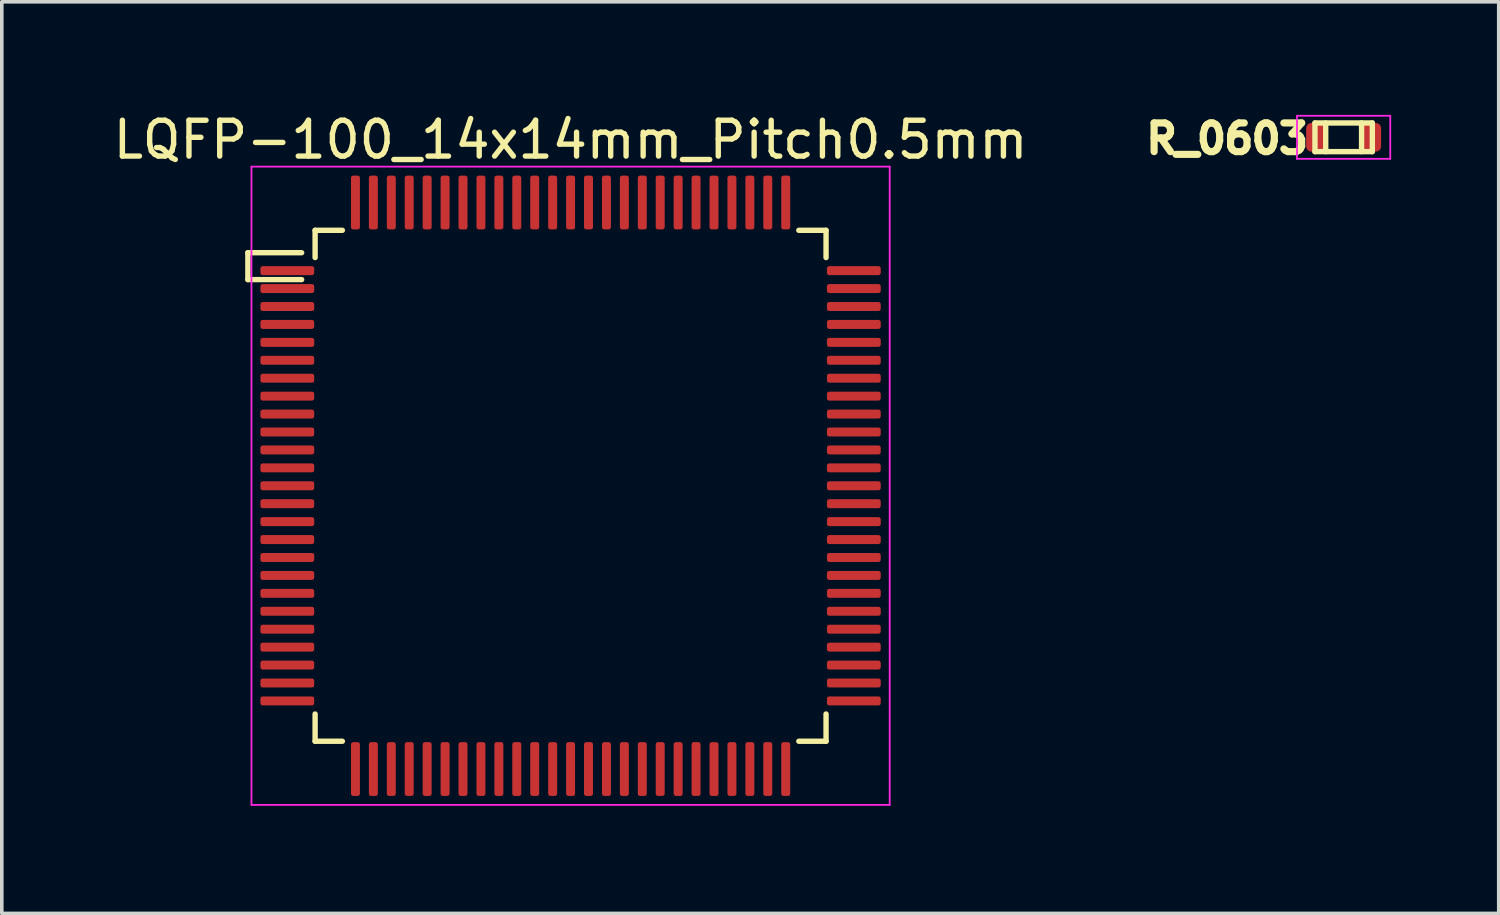
<source format=kicad_pcb>
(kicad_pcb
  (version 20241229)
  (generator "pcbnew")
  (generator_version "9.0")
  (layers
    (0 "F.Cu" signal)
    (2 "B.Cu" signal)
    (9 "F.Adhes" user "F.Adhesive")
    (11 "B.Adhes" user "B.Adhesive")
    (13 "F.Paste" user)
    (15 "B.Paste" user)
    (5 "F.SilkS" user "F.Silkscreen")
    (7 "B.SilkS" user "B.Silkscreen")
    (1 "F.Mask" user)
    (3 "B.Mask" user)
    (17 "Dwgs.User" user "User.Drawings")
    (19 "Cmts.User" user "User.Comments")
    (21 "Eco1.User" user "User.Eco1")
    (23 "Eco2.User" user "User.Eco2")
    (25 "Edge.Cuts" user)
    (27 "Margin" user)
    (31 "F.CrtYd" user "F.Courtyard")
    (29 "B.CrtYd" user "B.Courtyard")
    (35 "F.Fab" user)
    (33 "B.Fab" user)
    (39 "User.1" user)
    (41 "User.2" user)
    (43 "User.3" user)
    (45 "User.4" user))
  (footprint "R_0603"
    (layer "F.Cu")
    (at 34.423 0.779)
    (property "Reference" "R_0603" (at -3.248 0.04 0) (layer "F.SilkS") (effects (font (size 0.8 0.8) (thickness 0.2))))
    (attr smd)
    (fp_line (start -0.8 -0.4) (end -0.8 0.4) (stroke (width 0.15) (type solid)) (layer "F.SilkS"))
    (fp_line (start -0.8 0.4) (end 0.8 0.4) (stroke (width 0.15) (type solid)) (layer "F.SilkS"))
    (fp_line (start -0.5 -0.4) (end -0.5 0.4) (stroke (width 0.15) (type solid)) (layer "F.SilkS"))
    (fp_line (start 0.5 -0.4) (end 0.5 0.4) (stroke (width 0.15) (type solid)) (layer "F.SilkS"))
    (fp_line (start 0.8 -0.4) (end -0.8 -0.4) (stroke (width 0.15) (type solid)) (layer "F.SilkS"))
    (fp_line (start 0.8 0.4) (end 0.8 -0.4) (stroke (width 0.15) (type solid)) (layer "F.SilkS"))
    (fp_line (start -1.3 -0.6) (end -1.3 0.6) (stroke (width 0.05) (type solid)) (layer "F.CrtYd"))
    (fp_line (start -1.3 -0.6) (end 1.3 -0.6) (stroke (width 0.05) (type solid)) (layer "F.CrtYd"))
    (fp_line (start -1.3 0.6) (end 1.3 0.6) (stroke (width 0.05) (type solid)) (layer "F.CrtYd"))
    (fp_line (start 1.3 -0.6) (end 1.3 0.6) (stroke (width 0.05) (type solid)) (layer "F.CrtYd"))
    (pad "1" smd roundrect (at -0.75 0) (size 0.59 0.8) (layers "F.Cu" "F.Mask" "F.Paste") (roundrect_rratio 0.25))
    (pad "2" smd roundrect (at 0.75 0) (size 0.59 0.8) (layers "F.Cu" "F.Mask" "F.Paste") (roundrect_rratio 0.25)))
  (footprint "LQFP-100_14x14mm_Pitch0.5mm"
    (layer "F.Cu")
    (at 12.863 10.498)
    (property "Reference" "LQFP-100_14x14mm_Pitch0.5mm" (at 0 -9.65 0) (layer "F.SilkS") (effects (font (size 1 1) (thickness 0.15))))
    (attr smd)
    (fp_line (start -9 -6.5) (end -9 -5.75) (stroke (width 0.15) (type solid)) (layer "F.SilkS"))
    (fp_line (start -9 -5.75) (end -7.5 -5.75) (stroke (width 0.15) (type solid)) (layer "F.SilkS"))
    (fp_line (start -7.5 -6.5) (end -9 -6.5) (stroke (width 0.15) (type solid)) (layer "F.SilkS"))
    (fp_line (start -7.125 -7.125) (end -7.125 -6.365) (stroke (width 0.15) (type solid)) (layer "F.SilkS"))
    (fp_line (start -7.125 -7.125) (end -6.365 -7.125) (stroke (width 0.15) (type solid)) (layer "F.SilkS"))
    (fp_line (start -7.125 7.125) (end -7.125 6.365) (stroke (width 0.15) (type solid)) (layer "F.SilkS"))
    (fp_line (start -7.125 7.125) (end -6.365 7.125) (stroke (width 0.15) (type solid)) (layer "F.SilkS"))
    (fp_line (start 7.125 -7.125) (end 6.365 -7.125) (stroke (width 0.15) (type solid)) (layer "F.SilkS"))
    (fp_line (start 7.125 -7.125) (end 7.125 -6.365) (stroke (width 0.15) (type solid)) (layer "F.SilkS"))
    (fp_line (start 7.125 7.125) (end 6.365 7.125) (stroke (width 0.15) (type solid)) (layer "F.SilkS"))
    (fp_line (start 7.125 7.125) (end 7.125 6.365) (stroke (width 0.15) (type solid)) (layer "F.SilkS"))
    (fp_line (start -8.9 -8.9) (end -8.9 8.9) (stroke (width 0.05) (type solid)) (layer "F.CrtYd"))
    (fp_line (start -8.9 -8.9) (end 8.9 -8.9) (stroke (width 0.05) (type solid)) (layer "F.CrtYd"))
    (fp_line (start -8.9 8.9) (end 8.9 8.9) (stroke (width 0.05) (type solid)) (layer "F.CrtYd"))
    (fp_line (start 8.9 -8.9) (end 8.9 8.9) (stroke (width 0.05) (type solid)) (layer "F.CrtYd"))
    (pad "1" smd roundrect (at -7.9 -6) (size 1.5 0.25) (layers "F.Cu" "F.Mask" "F.Paste") (roundrect_rratio 0.25))
    (pad "2" smd roundrect (at -7.9 -5.5) (size 1.5 0.25) (layers "F.Cu" "F.Mask" "F.Paste") (roundrect_rratio 0.25))
    (pad "3" smd roundrect (at -7.9 -5) (size 1.5 0.25) (layers "F.Cu" "F.Mask" "F.Paste") (roundrect_rratio 0.25))
    (pad "4" smd roundrect (at -7.9 -4.5) (size 1.5 0.25) (layers "F.Cu" "F.Mask" "F.Paste") (roundrect_rratio 0.25))
    (pad "5" smd roundrect (at -7.9 -4) (size 1.5 0.25) (layers "F.Cu" "F.Mask" "F.Paste") (roundrect_rratio 0.25))
    (pad "6" smd roundrect (at -7.9 -3.5) (size 1.5 0.25) (layers "F.Cu" "F.Mask" "F.Paste") (roundrect_rratio 0.25))
    (pad "7" smd roundrect (at -7.9 -3) (size 1.5 0.25) (layers "F.Cu" "F.Mask" "F.Paste") (roundrect_rratio 0.25))
    (pad "8" smd roundrect (at -7.9 -2.5) (size 1.5 0.25) (layers "F.Cu" "F.Mask" "F.Paste") (roundrect_rratio 0.25))
    (pad "9" smd roundrect (at -7.9 -2) (size 1.5 0.25) (layers "F.Cu" "F.Mask" "F.Paste") (roundrect_rratio 0.25))
    (pad "10" smd roundrect (at -7.9 -1.5) (size 1.5 0.25) (layers "F.Cu" "F.Mask" "F.Paste") (roundrect_rratio 0.25))
    (pad "11" smd roundrect (at -7.9 -1) (size 1.5 0.25) (layers "F.Cu" "F.Mask" "F.Paste") (roundrect_rratio 0.25))
    (pad "12" smd roundrect (at -7.9 -0.5) (size 1.5 0.25) (layers "F.Cu" "F.Mask" "F.Paste") (roundrect_rratio 0.25))
    (pad "13" smd roundrect (at -7.9 0) (size 1.5 0.25) (layers "F.Cu" "F.Mask" "F.Paste") (roundrect_rratio 0.25))
    (pad "14" smd roundrect (at -7.9 0.5) (size 1.5 0.25) (layers "F.Cu" "F.Mask" "F.Paste") (roundrect_rratio 0.25))
    (pad "15" smd roundrect (at -7.9 1) (size 1.5 0.25) (layers "F.Cu" "F.Mask" "F.Paste") (roundrect_rratio 0.25))
    (pad "16" smd roundrect (at -7.9 1.5) (size 1.5 0.25) (layers "F.Cu" "F.Mask" "F.Paste") (roundrect_rratio 0.25))
    (pad "17" smd roundrect (at -7.9 2) (size 1.5 0.25) (layers "F.Cu" "F.Mask" "F.Paste") (roundrect_rratio 0.25))
    (pad "18" smd roundrect (at -7.9 2.5) (size 1.5 0.25) (layers "F.Cu" "F.Mask" "F.Paste") (roundrect_rratio 0.25))
    (pad "19" smd roundrect (at -7.9 3) (size 1.5 0.25) (layers "F.Cu" "F.Mask" "F.Paste") (roundrect_rratio 0.25))
    (pad "20" smd roundrect (at -7.9 3.5) (size 1.5 0.25) (layers "F.Cu" "F.Mask" "F.Paste") (roundrect_rratio 0.25))
    (pad "21" smd roundrect (at -7.9 4) (size 1.5 0.25) (layers "F.Cu" "F.Mask" "F.Paste") (roundrect_rratio 0.25))
    (pad "22" smd roundrect (at -7.9 4.5) (size 1.5 0.25) (layers "F.Cu" "F.Mask" "F.Paste") (roundrect_rratio 0.25))
    (pad "23" smd roundrect (at -7.9 5) (size 1.5 0.25) (layers "F.Cu" "F.Mask" "F.Paste") (roundrect_rratio 0.25))
    (pad "24" smd roundrect (at -7.9 5.5) (size 1.5 0.25) (layers "F.Cu" "F.Mask" "F.Paste") (roundrect_rratio 0.25))
    (pad "25" smd roundrect (at -7.9 6) (size 1.5 0.25) (layers "F.Cu" "F.Mask" "F.Paste") (roundrect_rratio 0.25))
    (pad "26" smd roundrect (at -6 7.9 90) (size 1.5 0.25) (layers "F.Cu" "F.Mask" "F.Paste") (roundrect_rratio 0.25))
    (pad "27" smd roundrect (at -5.5 7.9 90) (size 1.5 0.25) (layers "F.Cu" "F.Mask" "F.Paste") (roundrect_rratio 0.25))
    (pad "28" smd roundrect (at -5 7.9 90) (size 1.5 0.25) (layers "F.Cu" "F.Mask" "F.Paste") (roundrect_rratio 0.25))
    (pad "29" smd roundrect (at -4.5 7.9 90) (size 1.5 0.25) (layers "F.Cu" "F.Mask" "F.Paste") (roundrect_rratio 0.25))
    (pad "30" smd roundrect (at -4 7.9 90) (size 1.5 0.25) (layers "F.Cu" "F.Mask" "F.Paste") (roundrect_rratio 0.25))
    (pad "31" smd roundrect (at -3.5 7.9 90) (size 1.5 0.25) (layers "F.Cu" "F.Mask" "F.Paste") (roundrect_rratio 0.25))
    (pad "32" smd roundrect (at -3 7.9 90) (size 1.5 0.25) (layers "F.Cu" "F.Mask" "F.Paste") (roundrect_rratio 0.25))
    (pad "33" smd roundrect (at -2.5 7.9 90) (size 1.5 0.25) (layers "F.Cu" "F.Mask" "F.Paste") (roundrect_rratio 0.25))
    (pad "34" smd roundrect (at -2 7.9 90) (size 1.5 0.25) (layers "F.Cu" "F.Mask" "F.Paste") (roundrect_rratio 0.25))
    (pad "35" smd roundrect (at -1.5 7.9 90) (size 1.5 0.25) (layers "F.Cu" "F.Mask" "F.Paste") (roundrect_rratio 0.25))
    (pad "36" smd roundrect (at -1 7.9 90) (size 1.5 0.25) (layers "F.Cu" "F.Mask" "F.Paste") (roundrect_rratio 0.25))
    (pad "37" smd roundrect (at -0.5 7.9 90) (size 1.5 0.25) (layers "F.Cu" "F.Mask" "F.Paste") (roundrect_rratio 0.25))
    (pad "38" smd roundrect (at 0 7.9 90) (size 1.5 0.25) (layers "F.Cu" "F.Mask" "F.Paste") (roundrect_rratio 0.25))
    (pad "39" smd roundrect (at 0.5 7.9 90) (size 1.5 0.25) (layers "F.Cu" "F.Mask" "F.Paste") (roundrect_rratio 0.25))
    (pad "40" smd roundrect (at 1 7.9 90) (size 1.5 0.25) (layers "F.Cu" "F.Mask" "F.Paste") (roundrect_rratio 0.25))
    (pad "41" smd roundrect (at 1.5 7.9 90) (size 1.5 0.25) (layers "F.Cu" "F.Mask" "F.Paste") (roundrect_rratio 0.25))
    (pad "42" smd roundrect (at 2 7.9 90) (size 1.5 0.25) (layers "F.Cu" "F.Mask" "F.Paste") (roundrect_rratio 0.25))
    (pad "43" smd roundrect (at 2.5 7.9 90) (size 1.5 0.25) (layers "F.Cu" "F.Mask" "F.Paste") (roundrect_rratio 0.25))
    (pad "44" smd roundrect (at 3 7.9 90) (size 1.5 0.25) (layers "F.Cu" "F.Mask" "F.Paste") (roundrect_rratio 0.25))
    (pad "45" smd roundrect (at 3.5 7.9 90) (size 1.5 0.25) (layers "F.Cu" "F.Mask" "F.Paste") (roundrect_rratio 0.25))
    (pad "46" smd roundrect (at 4 7.9 90) (size 1.5 0.25) (layers "F.Cu" "F.Mask" "F.Paste") (roundrect_rratio 0.25))
    (pad "47" smd roundrect (at 4.5 7.9 90) (size 1.5 0.25) (layers "F.Cu" "F.Mask" "F.Paste") (roundrect_rratio 0.25))
    (pad "48" smd roundrect (at 5 7.9 90) (size 1.5 0.25) (layers "F.Cu" "F.Mask" "F.Paste") (roundrect_rratio 0.25))
    (pad "49" smd roundrect (at 5.5 7.9 90) (size 1.5 0.25) (layers "F.Cu" "F.Mask" "F.Paste") (roundrect_rratio 0.25))
    (pad "50" smd roundrect (at 6 7.9 90) (size 1.5 0.25) (layers "F.Cu" "F.Mask" "F.Paste") (roundrect_rratio 0.25))
    (pad "51" smd roundrect (at 7.9 6) (size 1.5 0.25) (layers "F.Cu" "F.Mask" "F.Paste") (roundrect_rratio 0.25))
    (pad "52" smd roundrect (at 7.9 5.5) (size 1.5 0.25) (layers "F.Cu" "F.Mask" "F.Paste") (roundrect_rratio 0.25))
    (pad "53" smd roundrect (at 7.9 5) (size 1.5 0.25) (layers "F.Cu" "F.Mask" "F.Paste") (roundrect_rratio 0.25))
    (pad "54" smd roundrect (at 7.9 4.5) (size 1.5 0.25) (layers "F.Cu" "F.Mask" "F.Paste") (roundrect_rratio 0.25))
    (pad "55" smd roundrect (at 7.9 4) (size 1.5 0.25) (layers "F.Cu" "F.Mask" "F.Paste") (roundrect_rratio 0.25))
    (pad "56" smd roundrect (at 7.9 3.5) (size 1.5 0.25) (layers "F.Cu" "F.Mask" "F.Paste") (roundrect_rratio 0.25))
    (pad "57" smd roundrect (at 7.9 3) (size 1.5 0.25) (layers "F.Cu" "F.Mask" "F.Paste") (roundrect_rratio 0.25))
    (pad "58" smd roundrect (at 7.9 2.5) (size 1.5 0.25) (layers "F.Cu" "F.Mask" "F.Paste") (roundrect_rratio 0.25))
    (pad "59" smd roundrect (at 7.9 2) (size 1.5 0.25) (layers "F.Cu" "F.Mask" "F.Paste") (roundrect_rratio 0.25))
    (pad "60" smd roundrect (at 7.9 1.5) (size 1.5 0.25) (layers "F.Cu" "F.Mask" "F.Paste") (roundrect_rratio 0.25))
    (pad "61" smd roundrect (at 7.9 1) (size 1.5 0.25) (layers "F.Cu" "F.Mask" "F.Paste") (roundrect_rratio 0.25))
    (pad "62" smd roundrect (at 7.9 0.5) (size 1.5 0.25) (layers "F.Cu" "F.Mask" "F.Paste") (roundrect_rratio 0.25))
    (pad "63" smd roundrect (at 7.9 0) (size 1.5 0.25) (layers "F.Cu" "F.Mask" "F.Paste") (roundrect_rratio 0.25))
    (pad "64" smd roundrect (at 7.9 -0.5) (size 1.5 0.25) (layers "F.Cu" "F.Mask" "F.Paste") (roundrect_rratio 0.25))
    (pad "65" smd roundrect (at 7.9 -1) (size 1.5 0.25) (layers "F.Cu" "F.Mask" "F.Paste") (roundrect_rratio 0.25))
    (pad "66" smd roundrect (at 7.9 -1.5) (size 1.5 0.25) (layers "F.Cu" "F.Mask" "F.Paste") (roundrect_rratio 0.25))
    (pad "67" smd roundrect (at 7.9 -2) (size 1.5 0.25) (layers "F.Cu" "F.Mask" "F.Paste") (roundrect_rratio 0.25))
    (pad "68" smd roundrect (at 7.9 -2.5) (size 1.5 0.25) (layers "F.Cu" "F.Mask" "F.Paste") (roundrect_rratio 0.25))
    (pad "69" smd roundrect (at 7.9 -3) (size 1.5 0.25) (layers "F.Cu" "F.Mask" "F.Paste") (roundrect_rratio 0.25))
    (pad "70" smd roundrect (at 7.9 -3.5) (size 1.5 0.25) (layers "F.Cu" "F.Mask" "F.Paste") (roundrect_rratio 0.25))
    (pad "71" smd roundrect (at 7.9 -4) (size 1.5 0.25) (layers "F.Cu" "F.Mask" "F.Paste") (roundrect_rratio 0.25))
    (pad "72" smd roundrect (at 7.9 -4.5) (size 1.5 0.25) (layers "F.Cu" "F.Mask" "F.Paste") (roundrect_rratio 0.25))
    (pad "73" smd roundrect (at 7.9 -5) (size 1.5 0.25) (layers "F.Cu" "F.Mask" "F.Paste") (roundrect_rratio 0.25))
    (pad "74" smd roundrect (at 7.9 -5.5) (size 1.5 0.25) (layers "F.Cu" "F.Mask" "F.Paste") (roundrect_rratio 0.25))
    (pad "75" smd roundrect (at 7.9 -6) (size 1.5 0.25) (layers "F.Cu" "F.Mask" "F.Paste") (roundrect_rratio 0.25))
    (pad "76" smd roundrect (at 6 -7.9 90) (size 1.5 0.25) (layers "F.Cu" "F.Mask" "F.Paste") (roundrect_rratio 0.25))
    (pad "77" smd roundrect (at 5.5 -7.9 90) (size 1.5 0.25) (layers "F.Cu" "F.Mask" "F.Paste") (roundrect_rratio 0.25))
    (pad "78" smd roundrect (at 5 -7.9 90) (size 1.5 0.25) (layers "F.Cu" "F.Mask" "F.Paste") (roundrect_rratio 0.25))
    (pad "79" smd roundrect (at 4.5 -7.9 90) (size 1.5 0.25) (layers "F.Cu" "F.Mask" "F.Paste") (roundrect_rratio 0.25))
    (pad "80" smd roundrect (at 4 -7.9 90) (size 1.5 0.25) (layers "F.Cu" "F.Mask" "F.Paste") (roundrect_rratio 0.25))
    (pad "81" smd roundrect (at 3.5 -7.9 90) (size 1.5 0.25) (layers "F.Cu" "F.Mask" "F.Paste") (roundrect_rratio 0.25))
    (pad "82" smd roundrect (at 3 -7.9 90) (size 1.5 0.25) (layers "F.Cu" "F.Mask" "F.Paste") (roundrect_rratio 0.25))
    (pad "83" smd roundrect (at 2.5 -7.9 90) (size 1.5 0.25) (layers "F.Cu" "F.Mask" "F.Paste") (roundrect_rratio 0.25))
    (pad "84" smd roundrect (at 2 -7.9 90) (size 1.5 0.25) (layers "F.Cu" "F.Mask" "F.Paste") (roundrect_rratio 0.25))
    (pad "85" smd roundrect (at 1.5 -7.9 90) (size 1.5 0.25) (layers "F.Cu" "F.Mask" "F.Paste") (roundrect_rratio 0.25))
    (pad "86" smd roundrect (at 1 -7.9 90) (size 1.5 0.25) (layers "F.Cu" "F.Mask" "F.Paste") (roundrect_rratio 0.25))
    (pad "87" smd roundrect (at 0.5 -7.9 90) (size 1.5 0.25) (layers "F.Cu" "F.Mask" "F.Paste") (roundrect_rratio 0.25))
    (pad "88" smd roundrect (at 0 -7.9 90) (size 1.5 0.25) (layers "F.Cu" "F.Mask" "F.Paste") (roundrect_rratio 0.25))
    (pad "89" smd roundrect (at -0.5 -7.9 90) (size 1.5 0.25) (layers "F.Cu" "F.Mask" "F.Paste") (roundrect_rratio 0.25))
    (pad "90" smd roundrect (at -1 -7.9 90) (size 1.5 0.25) (layers "F.Cu" "F.Mask" "F.Paste") (roundrect_rratio 0.25))
    (pad "91" smd roundrect (at -1.5 -7.9 90) (size 1.5 0.25) (layers "F.Cu" "F.Mask" "F.Paste") (roundrect_rratio 0.25))
    (pad "92" smd roundrect (at -2 -7.9 90) (size 1.5 0.25) (layers "F.Cu" "F.Mask" "F.Paste") (roundrect_rratio 0.25))
    (pad "93" smd roundrect (at -2.5 -7.9 90) (size 1.5 0.25) (layers "F.Cu" "F.Mask" "F.Paste") (roundrect_rratio 0.25))
    (pad "94" smd roundrect (at -3 -7.9 90) (size 1.5 0.25) (layers "F.Cu" "F.Mask" "F.Paste") (roundrect_rratio 0.25))
    (pad "95" smd roundrect (at -3.5 -7.9 90) (size 1.5 0.25) (layers "F.Cu" "F.Mask" "F.Paste") (roundrect_rratio 0.25))
    (pad "96" smd roundrect (at -4 -7.9 90) (size 1.5 0.25) (layers "F.Cu" "F.Mask" "F.Paste") (roundrect_rratio 0.25))
    (pad "97" smd roundrect (at -4.5 -7.9 90) (size 1.5 0.25) (layers "F.Cu" "F.Mask" "F.Paste") (roundrect_rratio 0.25))
    (pad "98" smd roundrect (at -5 -7.9 90) (size 1.5 0.25) (layers "F.Cu" "F.Mask" "F.Paste") (roundrect_rratio 0.25))
    (pad "99" smd roundrect (at -5.5 -7.9 90) (size 1.5 0.25) (layers "F.Cu" "F.Mask" "F.Paste") (roundrect_rratio 0.25))
    (pad "100" smd roundrect (at -6 -7.9 90) (size 1.5 0.25) (layers "F.Cu" "F.Mask" "F.Paste") (roundrect_rratio 0.25)))
  (gr_rect
    (start -3 -3)
    (end 38.748 22.423)
    (stroke (width 0.1) (type default))
    (fill no)
    (layer "Edge.Cuts")))
</source>
